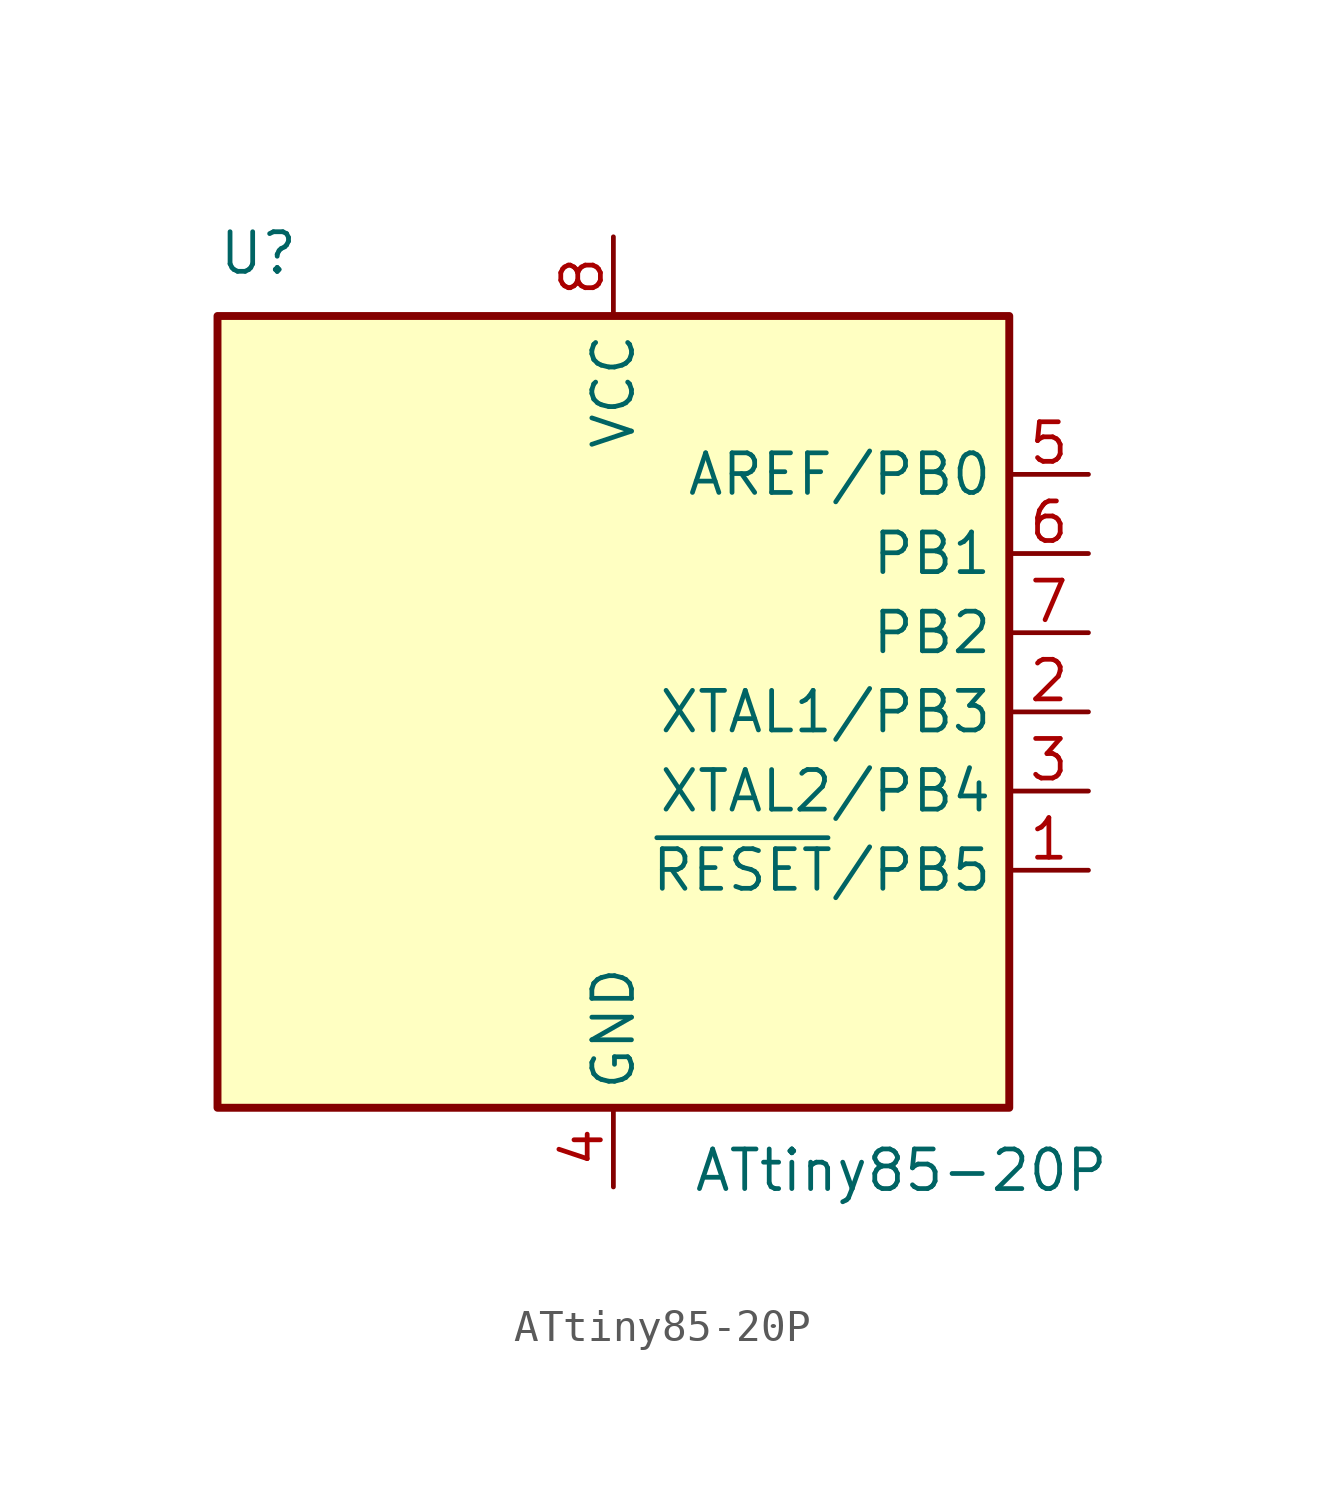
<source format=kicad_sym>
(kicad_symbol_lib
  (version 20220914)
  (generator kicad_symbol_editor)
  (symbol "ATtiny85-20P"
    (property "Reference" "U"
      (at -12.7 13.97 0)
      (effects (font (size 1.27 1.27)) (justify left bottom)))
    (property "Value" "ATtiny85-20P"
      (at 2.54 -13.97 0)
      (effects (font (size 1.27 1.27)) (justify left top)))
    (symbol "ATtiny85-20P_0_1"
      (rectangle (start -12.7 -12.7) (end 12.7 12.7) (stroke (width 0.254) (type default)) (fill (type background))))
    (symbol "ATtiny85-20P_1_1"
      (pin bidirectional line (at 15.24 -5.08 180) (length 2.54) (name "~{RESET}/PB5" (effects (font (size 1.27 1.27)))) (number "1" (effects (font (size 1.27 1.27)))))
      (pin bidirectional line (at 15.24 0 180) (length 2.54) (name "XTAL1/PB3" (effects (font (size 1.27 1.27)))) (number "2" (effects (font (size 1.27 1.27)))))
      (pin bidirectional line (at 15.24 -2.54 180) (length 2.54) (name "XTAL2/PB4" (effects (font (size 1.27 1.27)))) (number "3" (effects (font (size 1.27 1.27)))))
      (pin power_in line (at 0 -15.24 90) (length 2.54) (name "GND" (effects (font (size 1.27 1.27)))) (number "4" (effects (font (size 1.27 1.27)))))
      (pin bidirectional line (at 15.24 7.62 180) (length 2.54) (name "AREF/PB0" (effects (font (size 1.27 1.27)))) (number "5" (effects (font (size 1.27 1.27)))))
      (pin bidirectional line (at 15.24 5.08 180) (length 2.54) (name "PB1" (effects (font (size 1.27 1.27)))) (number "6" (effects (font (size 1.27 1.27)))))
      (pin bidirectional line (at 15.24 2.54 180) (length 2.54) (name "PB2" (effects (font (size 1.27 1.27)))) (number "7" (effects (font (size 1.27 1.27)))))
      (pin power_in line (at 0 15.24 270) (length 2.54) (name "VCC" (effects (font (size 1.27 1.27)))) (number "8" (effects (font (size 1.27 1.27))))))))
</source>
